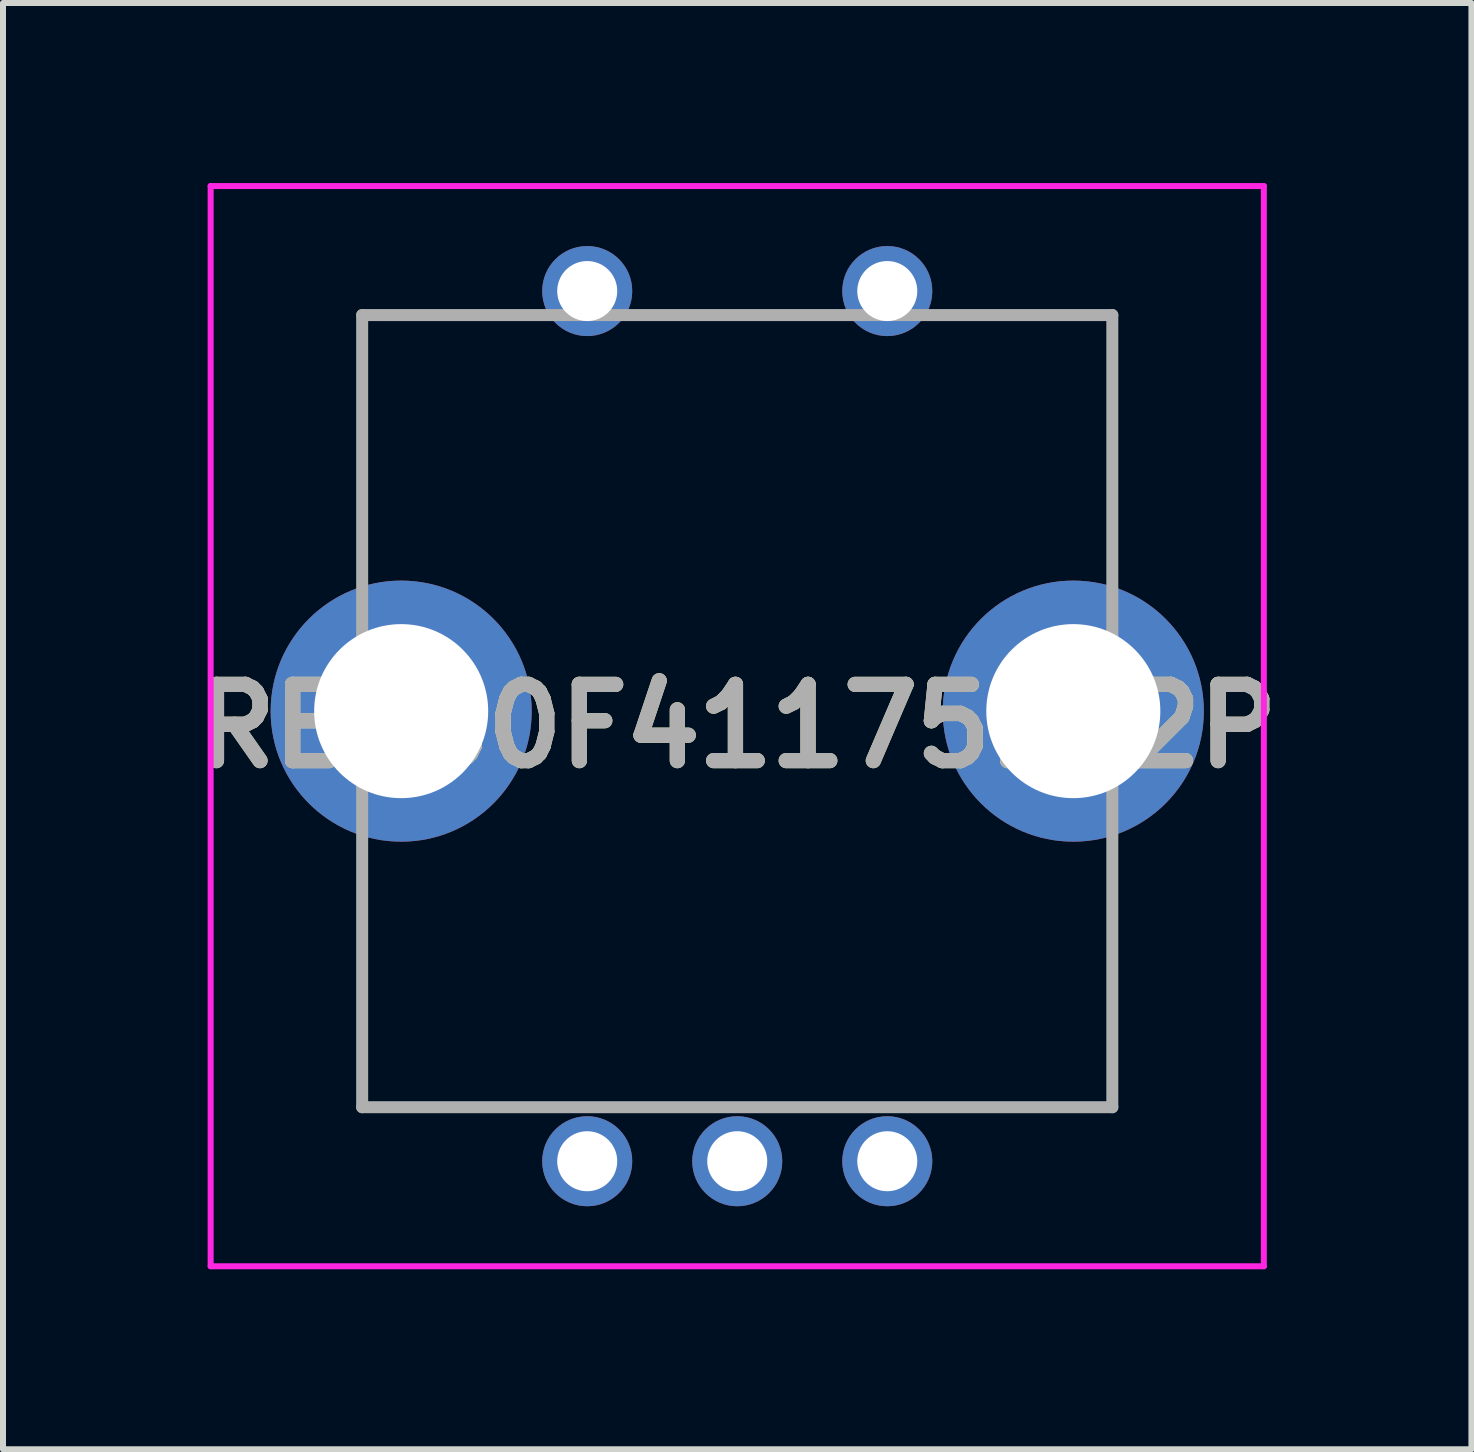
<source format=kicad_pcb>
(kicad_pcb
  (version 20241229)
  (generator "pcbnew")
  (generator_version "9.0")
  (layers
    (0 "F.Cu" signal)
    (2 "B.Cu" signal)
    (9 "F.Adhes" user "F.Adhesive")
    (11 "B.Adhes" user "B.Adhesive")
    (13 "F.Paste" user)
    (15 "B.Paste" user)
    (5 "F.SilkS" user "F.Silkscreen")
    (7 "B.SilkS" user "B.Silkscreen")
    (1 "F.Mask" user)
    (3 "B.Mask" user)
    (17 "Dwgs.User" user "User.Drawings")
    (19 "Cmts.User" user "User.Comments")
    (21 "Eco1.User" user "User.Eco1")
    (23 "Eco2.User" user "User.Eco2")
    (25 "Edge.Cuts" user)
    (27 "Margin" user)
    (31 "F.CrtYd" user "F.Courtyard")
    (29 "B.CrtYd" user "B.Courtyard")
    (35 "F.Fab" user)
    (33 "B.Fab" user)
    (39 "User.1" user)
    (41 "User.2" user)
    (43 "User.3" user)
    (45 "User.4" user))
  (footprint "RE130F41175F12P"
    (layer "F.Cu")
    (at 6.735 16.3)
    (property "Reference" "RE130F41175F12P" (at 2.5 -7.25 0) (layer "F.SilkS") (effects (font (size 1.27 1.27) (thickness 0.254))))
    (attr through_hole)
    (fp_line (start -3.75 -14.1) (end -1.5 -14.1) (stroke (width 0.1) (type solid)) (layer "F.SilkS"))
    (fp_line (start -3.75 -10.5) (end -3.75 -14.1) (stroke (width 0.1) (type solid)) (layer "F.SilkS"))
    (fp_line (start -3.75 -4.5) (end -3.75 -0.9) (stroke (width 0.1) (type solid)) (layer "F.SilkS"))
    (fp_line (start -3.75 -0.9) (end 8.75 -0.9) (stroke (width 0.1) (type solid)) (layer "F.SilkS"))
    (fp_line (start 8.75 -14.1) (end 6.5 -14.1) (stroke (width 0.1) (type solid)) (layer "F.SilkS"))
    (fp_line (start 8.75 -10.5) (end 8.75 -14.1) (stroke (width 0.1) (type solid)) (layer "F.SilkS"))
    (fp_line (start 8.75 -0.9) (end 8.75 -4.5) (stroke (width 0.1) (type solid)) (layer "F.SilkS"))
    (fp_line (start -6.275 -16.25) (end 11.275 -16.25) (stroke (width 0.1) (type solid)) (layer "F.CrtYd"))
    (fp_line (start -6.275 1.75) (end -6.275 -16.25) (stroke (width 0.1) (type solid)) (layer "F.CrtYd"))
    (fp_line (start 11.275 -16.25) (end 11.275 1.75) (stroke (width 0.1) (type solid)) (layer "F.CrtYd"))
    (fp_line (start 11.275 1.75) (end -6.275 1.75) (stroke (width 0.1) (type solid)) (layer "F.CrtYd"))
    (fp_line (start -3.75 -14.1) (end 8.75 -14.1) (stroke (width 0.2) (type solid)) (layer "F.Fab"))
    (fp_line (start -3.75 -0.9) (end -3.75 -14.1) (stroke (width 0.2) (type solid)) (layer "F.Fab"))
    (fp_line (start 8.75 -14.1) (end 8.75 -0.9) (stroke (width 0.2) (type solid)) (layer "F.Fab"))
    (fp_line (start 8.75 -0.9) (end -3.75 -0.9) (stroke (width 0.2) (type solid)) (layer "F.Fab"))
    (fp_text user "${REFERENCE}" (at 2.5 -7.25 0) (layer "F.Fab") (effects (font (size 1.27 1.27) (thickness 0.254))))
    (pad "A1" thru_hole circle (at 0 0) (size 1.5 1.5) (drill 1) (layers "*.Cu" "*.Mask"))
    (pad "B1" thru_hole circle (at 5 0) (size 1.5 1.5) (drill 1) (layers "*.Cu" "*.Mask"))
    (pad "C1" thru_hole circle (at 2.5 0) (size 1.5 1.5) (drill 1) (layers "*.Cu" "*.Mask"))
    (pad "MH1" thru_hole circle (at 0 -14.5) (size 1.5 1.5) (drill 1) (layers "*.Cu" "*.Mask"))
    (pad "MH2" thru_hole circle (at 5 -14.5) (size 1.5 1.5) (drill 1) (layers "*.Cu" "*.Mask"))
    (pad "MH3" thru_hole circle (at -3.1 -7.5) (size 4.35 4.35) (drill 2.9) (layers "*.Cu" "*.Mask"))
    (pad "MH4" thru_hole circle (at 8.1 -7.5) (size 4.35 4.35) (drill 2.9) (layers "*.Cu" "*.Mask")))
  (gr_rect
    (start -3 -3)
    (end 21.469 21.1)
    (stroke (width 0.1) (type default))
    (fill no)
    (layer "Edge.Cuts")))
</source>
